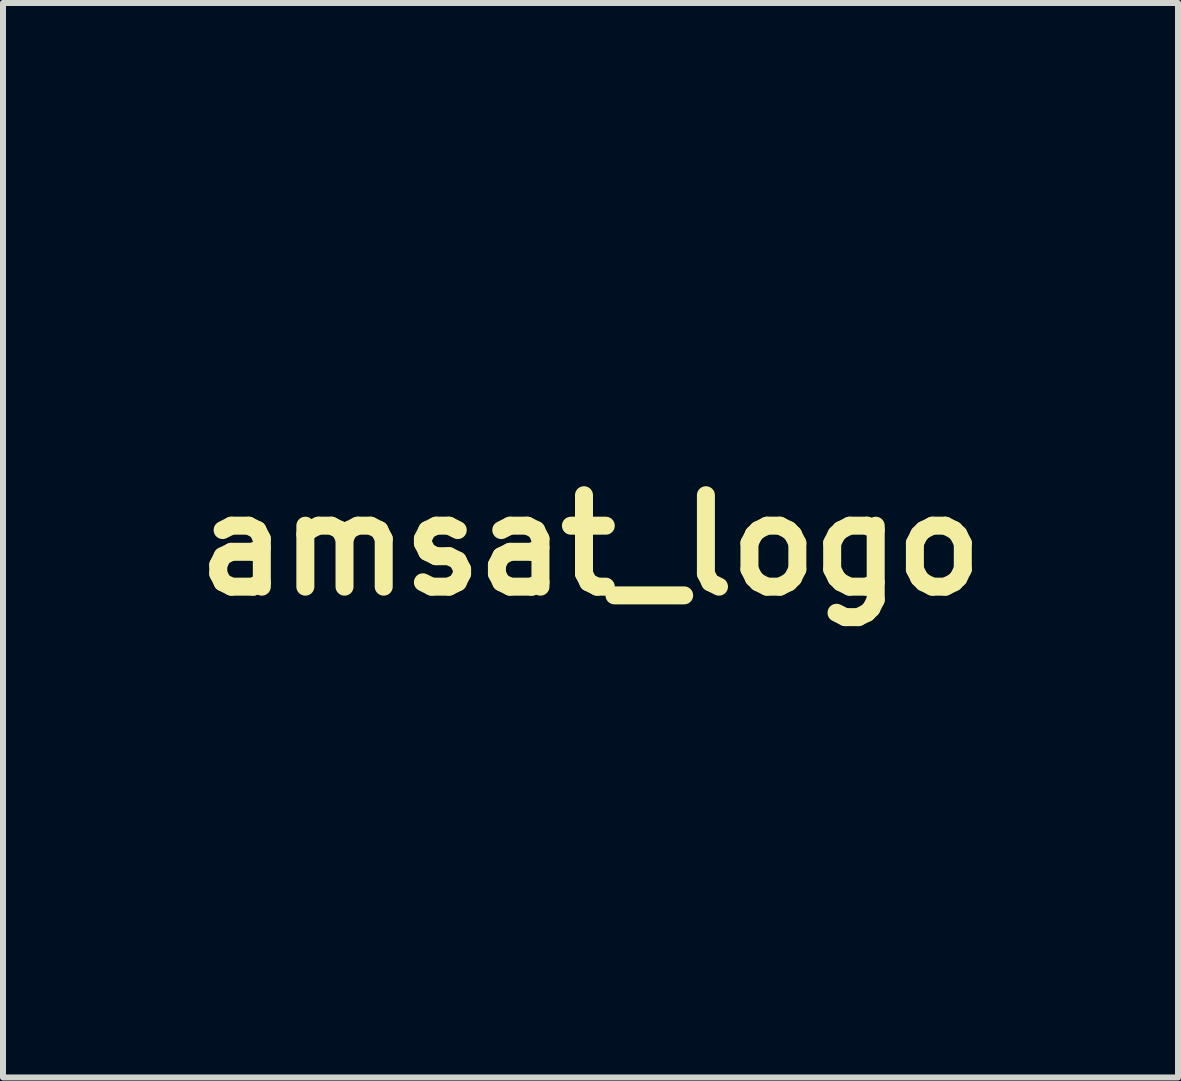
<source format=kicad_pcb>
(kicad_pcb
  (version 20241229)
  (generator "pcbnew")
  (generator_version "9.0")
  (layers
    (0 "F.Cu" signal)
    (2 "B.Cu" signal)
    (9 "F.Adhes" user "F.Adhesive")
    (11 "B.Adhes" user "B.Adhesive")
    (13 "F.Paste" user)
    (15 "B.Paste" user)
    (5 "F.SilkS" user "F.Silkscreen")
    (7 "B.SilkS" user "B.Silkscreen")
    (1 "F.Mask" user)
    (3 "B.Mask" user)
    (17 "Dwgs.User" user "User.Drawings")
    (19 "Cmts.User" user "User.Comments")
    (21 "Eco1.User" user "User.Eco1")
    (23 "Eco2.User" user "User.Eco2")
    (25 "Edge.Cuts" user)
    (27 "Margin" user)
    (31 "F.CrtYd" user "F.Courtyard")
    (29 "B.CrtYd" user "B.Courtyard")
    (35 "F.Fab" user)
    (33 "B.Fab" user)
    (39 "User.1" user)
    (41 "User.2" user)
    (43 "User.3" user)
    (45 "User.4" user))
  (footprint "amsat_logo"
    (layer "F.Cu")
    (at 6.793 6.039)
    (property "Reference" "amsat_logo" (at 0 0 0) (layer "F.SilkS") (effects (font (size 1.524 1.524) (thickness 0.3))))
    (attr through_hole)
    (fp_poly (pts (xy -0.812 2.842) (xy -0.802 3.476) (xy -0.853 4.173) (xy -1.074 4.481) (xy -1.567 4.445) (xy -2.358 4.139) (xy -2.943 3.788) (xy -3.02 3.44) (xy -2.582 3.066) (xy -1.981 2.78) (xy -1.27 2.5) (xy -0.924 2.495) (xy -0.812 2.842)) (stroke (width 0.01) (type solid)) (fill no) (layer "Eco2.User"))
    (fp_poly (pts (xy 0.814 2.526) (xy 1.446 2.78) (xy 2.241 3.187) (xy 2.514 3.546) (xy 2.273 3.888) (xy 1.766 4.15) (xy 0.946 4.455) (xy 0.496 4.468) (xy 0.305 4.142) (xy 0.267 3.476) (xy 0.284 2.766) (xy 0.422 2.475) (xy 0.814 2.526)) (stroke (width 0.01) (type solid)) (fill no) (layer "Eco2.User"))
    (fp_poly (pts (xy -0.871 -4.628) (xy -0.807 -4.149) (xy -0.802 -3.638) (xy -0.857 -2.821) (xy -1.084 -2.46) (xy -1.574 -2.505) (xy -2.273 -2.826) (xy -2.886 -3.172) (xy -3.278 -3.442) (xy -3.289 -3.453) (xy -3.254 -3.72) (xy -2.853 -4.079) (xy -2.22 -4.436) (xy -1.498 -4.696) (xy -1.075 -4.77) (xy -0.871 -4.628)) (stroke (width 0.01) (type solid)) (fill no) (layer "Eco2.User"))
    (fp_poly (pts (xy 1.012 -4.697) (xy 1.674 -4.42) (xy 2.329 -4.085) (xy 2.759 -3.798) (xy 2.809 -3.74) (xy 2.709 -3.461) (xy 2.255 -3.097) (xy 1.598 -2.745) (xy 0.964 -2.523) (xy 0.54 -2.449) (xy 0.336 -2.591) (xy 0.272 -3.07) (xy 0.267 -3.58) (xy 0.326 -4.347) (xy 0.479 -4.77) (xy 0.561 -4.813) (xy 1.012 -4.697)) (stroke (width 0.01) (type solid)) (fill no) (layer "Eco2.User"))
    (fp_poly (pts (xy -1.893 0.275) (xy -1.252 0.319) (xy -0.929 0.433) (xy -0.816 0.648) (xy -0.802 0.915) (xy -0.92 1.396) (xy -1.364 1.725) (xy -1.805 1.891) (xy -2.628 2.21) (xy -3.324 2.558) (xy -3.392 2.6) (xy -3.82 2.818) (xy -4.097 2.681) (xy -4.361 2.225) (xy -4.815 1.298) (xy -4.987 0.722) (xy -4.814 0.414) (xy -4.239 0.291) (xy -3.199 0.267) (xy -2.959 0.267) (xy -1.893 0.275)) (stroke (width 0.01) (type solid)) (fill no) (layer "Eco2.User"))
    (fp_poly (pts (xy 3.553 0.282) (xy 4.208 0.381) (xy 4.448 0.648) (xy 4.336 1.165) (xy 3.932 2.017) (xy 3.836 2.206) (xy 3.443 2.798) (xy 3.076 2.893) (xy 2.71 2.583) (xy 2.275 2.283) (xy 1.562 1.976) (xy 1.34 1.904) (xy 0.634 1.631) (xy 0.323 1.297) (xy 0.267 0.925) (xy 0.291 0.6) (xy 0.435 0.405) (xy 0.807 0.306) (xy 1.517 0.272) (xy 2.424 0.267) (xy 3.553 0.282)) (stroke (width 0.01) (type solid)) (fill no) (layer "Eco2.User"))
    (fp_poly (pts (xy -3.863 -2.826) (xy -3.276 -2.532) (xy -2.782 -2.273) (xy -2.004 -1.893) (xy -1.384 -1.651) (xy -1.163 -1.604) (xy -0.87 -1.381) (xy -0.802 -1.069) (xy -0.847 -0.803) (xy -1.052 -0.643) (xy -1.527 -0.564) (xy -2.377 -0.537) (xy -2.941 -0.535) (xy -3.934 -0.55) (xy -4.682 -0.589) (xy -5.059 -0.645) (xy -5.08 -0.663) (xy -4.989 -0.991) (xy -4.768 -1.573) (xy -4.498 -2.22) (xy -4.257 -2.74) (xy -4.129 -2.941) (xy -3.863 -2.826)) (stroke (width 0.01) (type solid)) (fill no) (layer "Eco2.User"))
    (fp_poly (pts (xy 3.731 -2.722) (xy 3.975 -2.193) (xy 4.244 -1.546) (xy 4.461 -0.97) (xy 4.545 -0.663) (xy 4.299 -0.603) (xy 3.645 -0.559) (xy 2.709 -0.536) (xy 2.406 -0.535) (xy 1.341 -0.546) (xy 0.702 -0.597) (xy 0.383 -0.716) (xy 0.275 -0.928) (xy 0.267 -1.069) (xy 0.418 -1.503) (xy 0.629 -1.604) (xy 1.057 -1.723) (xy 1.761 -2.028) (xy 2.247 -2.273) (xy 2.965 -2.646) (xy 3.461 -2.889) (xy 3.595 -2.941) (xy 3.731 -2.722)) (stroke (width 0.01) (type solid)) (fill no) (layer "Eco2.User"))
    (fp_poly (pts (xy 1.332 -5.821) (xy 2.731 -5.212) (xy 3.915 -4.272) (xy 4.831 -3.07) (xy 5.424 -1.673) (xy 5.64 -0.149) (xy 5.425 1.435) (xy 4.91 2.693) (xy 4.304 3.588) (xy 3.566 4.39) (xy 3.216 4.674) (xy 2.366 5.174) (xy 1.471 5.563) (xy 0.654 5.804) (xy 0.037 5.865) (xy -0.258 5.711) (xy -0.267 5.65) (xy -0.03 5.474) (xy 0.563 5.313) (xy 0.822 5.272) (xy 2.177 4.837) (xy 3.399 3.979) (xy 4.396 2.808) (xy 5.076 1.435) (xy 5.346 -0.032) (xy 5.347 -0.134) (xy 5.121 -1.484) (xy 4.513 -2.86) (xy 3.627 -4.068) (xy 2.888 -4.716) (xy 2.247 -5.117) (xy 1.646 -5.348) (xy 0.898 -5.454) (xy -0.184 -5.481) (xy -0.267 -5.481) (xy -1.375 -5.458) (xy -2.137 -5.359) (xy -2.742 -5.137) (xy -3.378 -4.747) (xy -3.437 -4.706) (xy -4.123 -4.13) (xy -4.603 -3.543) (xy -4.715 -3.295) (xy -4.956 -2.794) (xy -5.321 -2.419) (xy -5.673 -2.263) (xy -5.872 -2.417) (xy -5.882 -2.516) (xy -5.663 -3.044) (xy -5.084 -3.714) (xy -4.266 -4.427) (xy -3.326 -5.088) (xy -2.384 -5.597) (xy -1.893 -5.782) (xy -0.227 -6.034) (xy 1.332 -5.821)) (stroke (width 0.01) (type solid)) (fill no) (layer "Eco2.User")))
  (gr_rect
    (start -3 -3)
    (end 16.585 14.909)
    (stroke (width 0.1) (type default))
    (fill no)
    (layer "Edge.Cuts")))
</source>
